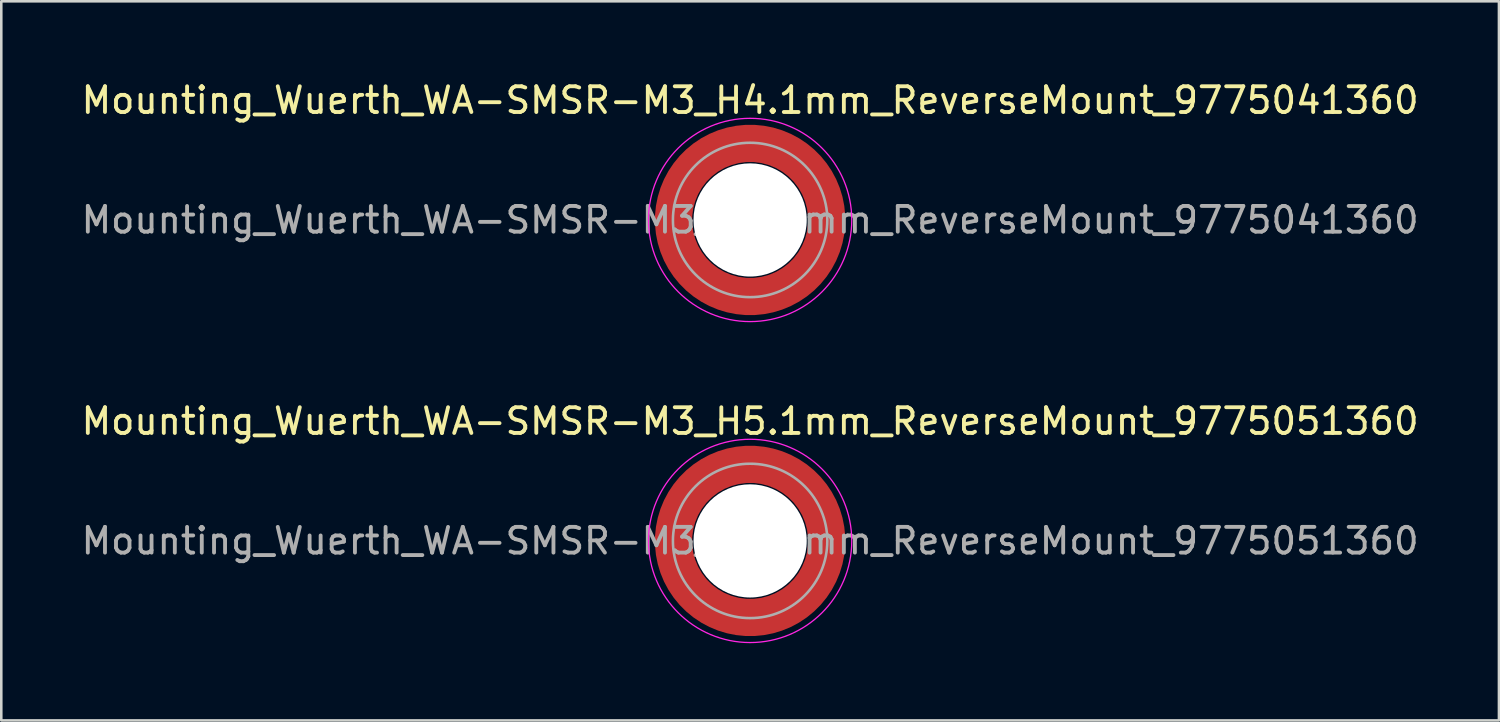
<source format=kicad_pcb>
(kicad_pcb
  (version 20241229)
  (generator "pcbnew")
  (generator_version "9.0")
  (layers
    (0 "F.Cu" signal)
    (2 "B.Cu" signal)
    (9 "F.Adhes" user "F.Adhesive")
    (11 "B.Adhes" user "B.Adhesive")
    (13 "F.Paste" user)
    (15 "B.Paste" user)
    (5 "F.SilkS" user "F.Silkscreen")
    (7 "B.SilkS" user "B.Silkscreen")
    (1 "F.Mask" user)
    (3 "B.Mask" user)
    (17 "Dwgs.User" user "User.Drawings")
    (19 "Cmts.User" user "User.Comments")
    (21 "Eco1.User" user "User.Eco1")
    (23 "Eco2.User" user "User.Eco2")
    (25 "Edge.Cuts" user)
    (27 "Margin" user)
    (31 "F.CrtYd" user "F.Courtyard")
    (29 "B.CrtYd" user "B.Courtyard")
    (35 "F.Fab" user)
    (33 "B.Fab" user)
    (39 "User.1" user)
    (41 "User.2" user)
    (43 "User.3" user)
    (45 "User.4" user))
  (footprint "Mounting_Wuerth_WA-SMSR-M3_H5.1mm_ReverseMount_9775051360"
    (layer "F.Cu")
    (at 26.101 17.971)
    (property "Reference" "Mounting_Wuerth_WA-SMSR-M3_H5.1mm_ReverseMount_9775051360" (at 0 -4.65 0) (layer "F.SilkS") (effects (font (size 1 1) (thickness 0.15))))
    (attr smd allow_soldermask_bridges)
    (fp_circle (center 0 0) (end 3.95 0) (stroke (width 0.05) (type solid)) (fill no) (layer "F.CrtYd"))
    (fp_circle (center 0 0) (end 3 0) (stroke (width 0.1) (type solid)) (fill no) (layer "F.Fab"))
    (fp_text user "${REFERENCE}" (at 0 0 0) (layer "F.Fab") (effects (font (size 1 1) (thickness 0.15))))
    (pad "" smd custom (at -2.095 -2.095) (size 0.672 0.672) (layers "F.Paste") (options (anchor circle)) (primitives (gr_arc (start -0.24231 1.594804) (mid 0.404819 0.404819) (end 1.594804 -0.24231) (width 0.2)) (gr_arc (start -0.3398 1.594804) (mid 0.337349 0.337349) (end 1.594804 -0.3398) (width 0.2)) (gr_arc (start -0.437132 1.594804) (mid 0.269879 0.269879) (end 1.594804 -0.437132) (width 0.2)) (gr_arc (start -0.534324 1.594804) (mid 0.202409 0.202409) (end 1.594804 -0.534324) (width 0.2)) (gr_arc (start -0.631391 1.594804) (mid 0.13494 0.13494) (end 1.594804 -0.631391) (width 0.2)) (gr_arc (start -0.728345 1.594804) (mid 0.06747 0.06747) (end 1.594804 -0.728345) (width 0.2)) (gr_arc (start -0.825197 1.594804) (mid 0 0) (end 1.594804 -0.825197) (width 0.2)) (gr_arc (start -0.921958 1.594804) (mid -0.06747 -0.06747) (end 1.594804 -0.921958) (width 0.2)) (gr_arc (start -1.018637 1.594804) (mid -0.13494 -0.13494) (end 1.594804 -1.018637) (width 0.2)) (gr_arc (start -1.115239 1.594804) (mid -0.202409 -0.202409) (end 1.594804 -1.115239) (width 0.2)) (gr_arc (start -1.211773 1.594804) (mid -0.269879 -0.269879) (end 1.594804 -1.211773) (width 0.2)) (gr_arc (start -1.308244 1.594804) (mid -0.337349 -0.337349) (end 1.594804 -1.308244) (width 0.2)) (gr_arc (start -1.404657 1.594804) (mid -0.404819 -0.404819) (end 1.594804 -1.404657) (width 0.2)) (gr_arc (start -1.404657 1.594804) (mid -0.404819 -0.404819) (end 1.594804 -1.404657) (width 0.2)) (gr_line (start 1.595 -0.242) (end 1.595 -1.405) (width 0.2)) (gr_line (start -0.242 1.595) (end -1.405 1.595) (width 0.2))))
    (pad "" smd custom (at -2.095 2.095) (size 0.672 0.672) (layers "F.Paste") (options (anchor circle)) (primitives (gr_arc (start 1.594804 0.24231) (mid 0.404819 -0.404819) (end -0.24231 -1.594804) (width 0.2)) (gr_arc (start 1.594804 0.3398) (mid 0.337349 -0.337349) (end -0.3398 -1.594804) (width 0.2)) (gr_arc (start 1.594804 0.437132) (mid 0.269879 -0.269879) (end -0.437132 -1.594804) (width 0.2)) (gr_arc (start 1.594804 0.534324) (mid 0.202409 -0.202409) (end -0.534324 -1.594804) (width 0.2)) (gr_arc (start 1.594804 0.631391) (mid 0.13494 -0.13494) (end -0.631391 -1.594804) (width 0.2)) (gr_arc (start 1.594804 0.728345) (mid 0.06747 -0.06747) (end -0.728345 -1.594804) (width 0.2)) (gr_arc (start 1.594804 0.825197) (mid 0 0) (end -0.825197 -1.594804) (width 0.2)) (gr_arc (start 1.594804 0.921958) (mid -0.06747 0.06747) (end -0.921958 -1.594804) (width 0.2)) (gr_arc (start 1.594804 1.018637) (mid -0.13494 0.13494) (end -1.018637 -1.594804) (width 0.2)) (gr_arc (start 1.594804 1.115239) (mid -0.202409 0.202409) (end -1.115239 -1.594804) (width 0.2)) (gr_arc (start 1.594804 1.211773) (mid -0.269879 0.269879) (end -1.211773 -1.594804) (width 0.2)) (gr_arc (start 1.594804 1.308244) (mid -0.337349 0.337349) (end -1.308244 -1.594804) (width 0.2)) (gr_arc (start 1.594804 1.404657) (mid -0.404819 0.404819) (end -1.404657 -1.594804) (width 0.2)) (gr_arc (start 1.594804 1.404657) (mid -0.404819 0.404819) (end -1.404657 -1.594804) (width 0.2)) (gr_line (start -0.242 -1.595) (end -1.405 -1.595) (width 0.2)) (gr_line (start 1.595 0.242) (end 1.595 1.405) (width 0.2))))
    (pad "" np_thru_hole circle (at 0 0) (size 4.4 4.4) (drill 4.4) (layers "*.Cu" "*.Mask"))
    (pad "" smd custom (at 2.095 -2.095) (size 0.672 0.672) (layers "F.Paste") (options (anchor circle)) (primitives (gr_arc (start -1.594804 -0.24231) (mid -0.404819 0.404819) (end 0.24231 1.594804) (width 0.2)) (gr_arc (start -1.594804 -0.3398) (mid -0.337349 0.337349) (end 0.3398 1.594804) (width 0.2)) (gr_arc (start -1.594804 -0.437132) (mid -0.269879 0.269879) (end 0.437132 1.594804) (width 0.2)) (gr_arc (start -1.594804 -0.534324) (mid -0.202409 0.202409) (end 0.534324 1.594804) (width 0.2)) (gr_arc (start -1.594804 -0.631391) (mid -0.13494 0.13494) (end 0.631391 1.594804) (width 0.2)) (gr_arc (start -1.594804 -0.728345) (mid -0.06747 0.06747) (end 0.728345 1.594804) (width 0.2)) (gr_arc (start -1.594804 -0.825197) (mid 0 0) (end 0.825197 1.594804) (width 0.2)) (gr_arc (start -1.594804 -0.921958) (mid 0.06747 -0.06747) (end 0.921958 1.594804) (width 0.2)) (gr_arc (start -1.594804 -1.018637) (mid 0.13494 -0.13494) (end 1.018637 1.594804) (width 0.2)) (gr_arc (start -1.594804 -1.115239) (mid 0.202409 -0.202409) (end 1.115239 1.594804) (width 0.2)) (gr_arc (start -1.594804 -1.211773) (mid 0.269879 -0.269879) (end 1.211773 1.594804) (width 0.2)) (gr_arc (start -1.594804 -1.308244) (mid 0.337349 -0.337349) (end 1.308244 1.594804) (width 0.2)) (gr_arc (start -1.594804 -1.404657) (mid 0.404819 -0.404819) (end 1.404657 1.594804) (width 0.2)) (gr_arc (start -1.594804 -1.404657) (mid 0.404819 -0.404819) (end 1.404657 1.594804) (width 0.2)) (gr_line (start 0.242 1.595) (end 1.405 1.595) (width 0.2)) (gr_line (start -1.595 -0.242) (end -1.595 -1.405) (width 0.2))))
    (pad "" smd custom (at 2.095 2.095) (size 0.672 0.672) (layers "F.Paste") (options (anchor circle)) (primitives (gr_arc (start 0.24231 -1.594804) (mid -0.404819 -0.404819) (end -1.594804 0.24231) (width 0.2)) (gr_arc (start 0.3398 -1.594804) (mid -0.337349 -0.337349) (end -1.594804 0.3398) (width 0.2)) (gr_arc (start 0.437132 -1.594804) (mid -0.269879 -0.269879) (end -1.594804 0.437132) (width 0.2)) (gr_arc (start 0.534324 -1.594804) (mid -0.202409 -0.202409) (end -1.594804 0.534324) (width 0.2)) (gr_arc (start 0.631391 -1.594804) (mid -0.13494 -0.13494) (end -1.594804 0.631391) (width 0.2)) (gr_arc (start 0.728345 -1.594804) (mid -0.06747 -0.06747) (end -1.594804 0.728345) (width 0.2)) (gr_arc (start 0.825197 -1.594804) (mid 0 0) (end -1.594804 0.825197) (width 0.2)) (gr_arc (start 0.921958 -1.594804) (mid 0.06747 0.06747) (end -1.594804 0.921958) (width 0.2)) (gr_arc (start 1.018637 -1.594804) (mid 0.13494 0.13494) (end -1.594804 1.018637) (width 0.2)) (gr_arc (start 1.115239 -1.594804) (mid 0.202409 0.202409) (end -1.594804 1.115239) (width 0.2)) (gr_arc (start 1.211773 -1.594804) (mid 0.269879 0.269879) (end -1.594804 1.211773) (width 0.2)) (gr_arc (start 1.308244 -1.594804) (mid 0.337349 0.337349) (end -1.594804 1.308244) (width 0.2)) (gr_arc (start 1.404657 -1.594804) (mid 0.404819 0.404819) (end -1.594804 1.404657) (width 0.2)) (gr_arc (start 1.404657 -1.594804) (mid 0.404819 0.404819) (end -1.594804 1.404657) (width 0.2)) (gr_line (start -1.595 0.242) (end -1.595 1.405) (width 0.2)) (gr_line (start 0.242 -1.595) (end 1.405 -1.595) (width 0.2))))
    (pad "1" smd circle (at -2.975 0) (size 0.942 0.942) (layers "F.Cu"))
    (pad "1" smd circle (at 0 -2.975) (size 0.942 0.942) (layers "F.Cu"))
    (pad "1" smd circle (at 0 2.975) (size 0.942 0.942) (layers "F.Cu"))
    (pad "1" smd custom (at 2.975 0) (size 1.45 1.45) (layers "F.Cu" "F.Mask") (options (anchor circle)) (primitives (gr_circle (center -2.975 0) (end 0 0) (width 1.45) (fill no)))))
  (footprint "Mounting_Wuerth_WA-SMSR-M3_H4.1mm_ReverseMount_9775041360"
    (layer "F.Cu")
    (at 26.101 5.498)
    (property "Reference" "Mounting_Wuerth_WA-SMSR-M3_H4.1mm_ReverseMount_9775041360" (at 0 -4.65 0) (layer "F.SilkS") (effects (font (size 1 1) (thickness 0.15))))
    (attr smd allow_soldermask_bridges)
    (fp_circle (center 0 0) (end 3.95 0) (stroke (width 0.05) (type solid)) (fill no) (layer "F.CrtYd"))
    (fp_circle (center 0 0) (end 3 0) (stroke (width 0.1) (type solid)) (fill no) (layer "F.Fab"))
    (fp_text user "${REFERENCE}" (at 0 0 0) (layer "F.Fab") (effects (font (size 1 1) (thickness 0.15))))
    (pad "" smd custom (at -2.095 -2.095) (size 0.672 0.672) (layers "F.Paste") (options (anchor circle)) (primitives (gr_arc (start -0.24231 1.594804) (mid 0.404819 0.404819) (end 1.594804 -0.24231) (width 0.2)) (gr_arc (start -0.3398 1.594804) (mid 0.337349 0.337349) (end 1.594804 -0.3398) (width 0.2)) (gr_arc (start -0.437132 1.594804) (mid 0.269879 0.269879) (end 1.594804 -0.437132) (width 0.2)) (gr_arc (start -0.534324 1.594804) (mid 0.202409 0.202409) (end 1.594804 -0.534324) (width 0.2)) (gr_arc (start -0.631391 1.594804) (mid 0.13494 0.13494) (end 1.594804 -0.631391) (width 0.2)) (gr_arc (start -0.728345 1.594804) (mid 0.06747 0.06747) (end 1.594804 -0.728345) (width 0.2)) (gr_arc (start -0.825197 1.594804) (mid 0 0) (end 1.594804 -0.825197) (width 0.2)) (gr_arc (start -0.921958 1.594804) (mid -0.06747 -0.06747) (end 1.594804 -0.921958) (width 0.2)) (gr_arc (start -1.018637 1.594804) (mid -0.13494 -0.13494) (end 1.594804 -1.018637) (width 0.2)) (gr_arc (start -1.115239 1.594804) (mid -0.202409 -0.202409) (end 1.594804 -1.115239) (width 0.2)) (gr_arc (start -1.211773 1.594804) (mid -0.269879 -0.269879) (end 1.594804 -1.211773) (width 0.2)) (gr_arc (start -1.308244 1.594804) (mid -0.337349 -0.337349) (end 1.594804 -1.308244) (width 0.2)) (gr_arc (start -1.404657 1.594804) (mid -0.404819 -0.404819) (end 1.594804 -1.404657) (width 0.2)) (gr_arc (start -1.404657 1.594804) (mid -0.404819 -0.404819) (end 1.594804 -1.404657) (width 0.2)) (gr_line (start 1.595 -0.242) (end 1.595 -1.405) (width 0.2)) (gr_line (start -0.242 1.595) (end -1.405 1.595) (width 0.2))))
    (pad "" smd custom (at -2.095 2.095) (size 0.672 0.672) (layers "F.Paste") (options (anchor circle)) (primitives (gr_arc (start 1.594804 0.24231) (mid 0.404819 -0.404819) (end -0.24231 -1.594804) (width 0.2)) (gr_arc (start 1.594804 0.3398) (mid 0.337349 -0.337349) (end -0.3398 -1.594804) (width 0.2)) (gr_arc (start 1.594804 0.437132) (mid 0.269879 -0.269879) (end -0.437132 -1.594804) (width 0.2)) (gr_arc (start 1.594804 0.534324) (mid 0.202409 -0.202409) (end -0.534324 -1.594804) (width 0.2)) (gr_arc (start 1.594804 0.631391) (mid 0.13494 -0.13494) (end -0.631391 -1.594804) (width 0.2)) (gr_arc (start 1.594804 0.728345) (mid 0.06747 -0.06747) (end -0.728345 -1.594804) (width 0.2)) (gr_arc (start 1.594804 0.825197) (mid 0 0) (end -0.825197 -1.594804) (width 0.2)) (gr_arc (start 1.594804 0.921958) (mid -0.06747 0.06747) (end -0.921958 -1.594804) (width 0.2)) (gr_arc (start 1.594804 1.018637) (mid -0.13494 0.13494) (end -1.018637 -1.594804) (width 0.2)) (gr_arc (start 1.594804 1.115239) (mid -0.202409 0.202409) (end -1.115239 -1.594804) (width 0.2)) (gr_arc (start 1.594804 1.211773) (mid -0.269879 0.269879) (end -1.211773 -1.594804) (width 0.2)) (gr_arc (start 1.594804 1.308244) (mid -0.337349 0.337349) (end -1.308244 -1.594804) (width 0.2)) (gr_arc (start 1.594804 1.404657) (mid -0.404819 0.404819) (end -1.404657 -1.594804) (width 0.2)) (gr_arc (start 1.594804 1.404657) (mid -0.404819 0.404819) (end -1.404657 -1.594804) (width 0.2)) (gr_line (start -0.242 -1.595) (end -1.405 -1.595) (width 0.2)) (gr_line (start 1.595 0.242) (end 1.595 1.405) (width 0.2))))
    (pad "" np_thru_hole circle (at 0 0) (size 4.4 4.4) (drill 4.4) (layers "*.Cu" "*.Mask"))
    (pad "" smd custom (at 2.095 -2.095) (size 0.672 0.672) (layers "F.Paste") (options (anchor circle)) (primitives (gr_arc (start -1.594804 -0.24231) (mid -0.404819 0.404819) (end 0.24231 1.594804) (width 0.2)) (gr_arc (start -1.594804 -0.3398) (mid -0.337349 0.337349) (end 0.3398 1.594804) (width 0.2)) (gr_arc (start -1.594804 -0.437132) (mid -0.269879 0.269879) (end 0.437132 1.594804) (width 0.2)) (gr_arc (start -1.594804 -0.534324) (mid -0.202409 0.202409) (end 0.534324 1.594804) (width 0.2)) (gr_arc (start -1.594804 -0.631391) (mid -0.13494 0.13494) (end 0.631391 1.594804) (width 0.2)) (gr_arc (start -1.594804 -0.728345) (mid -0.06747 0.06747) (end 0.728345 1.594804) (width 0.2)) (gr_arc (start -1.594804 -0.825197) (mid 0 0) (end 0.825197 1.594804) (width 0.2)) (gr_arc (start -1.594804 -0.921958) (mid 0.06747 -0.06747) (end 0.921958 1.594804) (width 0.2)) (gr_arc (start -1.594804 -1.018637) (mid 0.13494 -0.13494) (end 1.018637 1.594804) (width 0.2)) (gr_arc (start -1.594804 -1.115239) (mid 0.202409 -0.202409) (end 1.115239 1.594804) (width 0.2)) (gr_arc (start -1.594804 -1.211773) (mid 0.269879 -0.269879) (end 1.211773 1.594804) (width 0.2)) (gr_arc (start -1.594804 -1.308244) (mid 0.337349 -0.337349) (end 1.308244 1.594804) (width 0.2)) (gr_arc (start -1.594804 -1.404657) (mid 0.404819 -0.404819) (end 1.404657 1.594804) (width 0.2)) (gr_arc (start -1.594804 -1.404657) (mid 0.404819 -0.404819) (end 1.404657 1.594804) (width 0.2)) (gr_line (start 0.242 1.595) (end 1.405 1.595) (width 0.2)) (gr_line (start -1.595 -0.242) (end -1.595 -1.405) (width 0.2))))
    (pad "" smd custom (at 2.095 2.095) (size 0.672 0.672) (layers "F.Paste") (options (anchor circle)) (primitives (gr_arc (start 0.24231 -1.594804) (mid -0.404819 -0.404819) (end -1.594804 0.24231) (width 0.2)) (gr_arc (start 0.3398 -1.594804) (mid -0.337349 -0.337349) (end -1.594804 0.3398) (width 0.2)) (gr_arc (start 0.437132 -1.594804) (mid -0.269879 -0.269879) (end -1.594804 0.437132) (width 0.2)) (gr_arc (start 0.534324 -1.594804) (mid -0.202409 -0.202409) (end -1.594804 0.534324) (width 0.2)) (gr_arc (start 0.631391 -1.594804) (mid -0.13494 -0.13494) (end -1.594804 0.631391) (width 0.2)) (gr_arc (start 0.728345 -1.594804) (mid -0.06747 -0.06747) (end -1.594804 0.728345) (width 0.2)) (gr_arc (start 0.825197 -1.594804) (mid 0 0) (end -1.594804 0.825197) (width 0.2)) (gr_arc (start 0.921958 -1.594804) (mid 0.06747 0.06747) (end -1.594804 0.921958) (width 0.2)) (gr_arc (start 1.018637 -1.594804) (mid 0.13494 0.13494) (end -1.594804 1.018637) (width 0.2)) (gr_arc (start 1.115239 -1.594804) (mid 0.202409 0.202409) (end -1.594804 1.115239) (width 0.2)) (gr_arc (start 1.211773 -1.594804) (mid 0.269879 0.269879) (end -1.594804 1.211773) (width 0.2)) (gr_arc (start 1.308244 -1.594804) (mid 0.337349 0.337349) (end -1.594804 1.308244) (width 0.2)) (gr_arc (start 1.404657 -1.594804) (mid 0.404819 0.404819) (end -1.594804 1.404657) (width 0.2)) (gr_arc (start 1.404657 -1.594804) (mid 0.404819 0.404819) (end -1.594804 1.404657) (width 0.2)) (gr_line (start -1.595 0.242) (end -1.595 1.405) (width 0.2)) (gr_line (start 0.242 -1.595) (end 1.405 -1.595) (width 0.2))))
    (pad "1" smd circle (at -2.975 0) (size 0.942 0.942) (layers "F.Cu"))
    (pad "1" smd circle (at 0 -2.975) (size 0.942 0.942) (layers "F.Cu"))
    (pad "1" smd circle (at 0 2.975) (size 0.942 0.942) (layers "F.Cu"))
    (pad "1" smd custom (at 2.975 0) (size 1.45 1.45) (layers "F.Cu" "F.Mask") (options (anchor circle)) (primitives (gr_circle (center -2.975 0) (end 0 0) (width 1.45) (fill no)))))
  (gr_rect
    (start -3 -3)
    (end 55.202 24.947)
    (stroke (width 0.1) (type default))
    (fill no)
    (layer "Edge.Cuts")))
</source>
